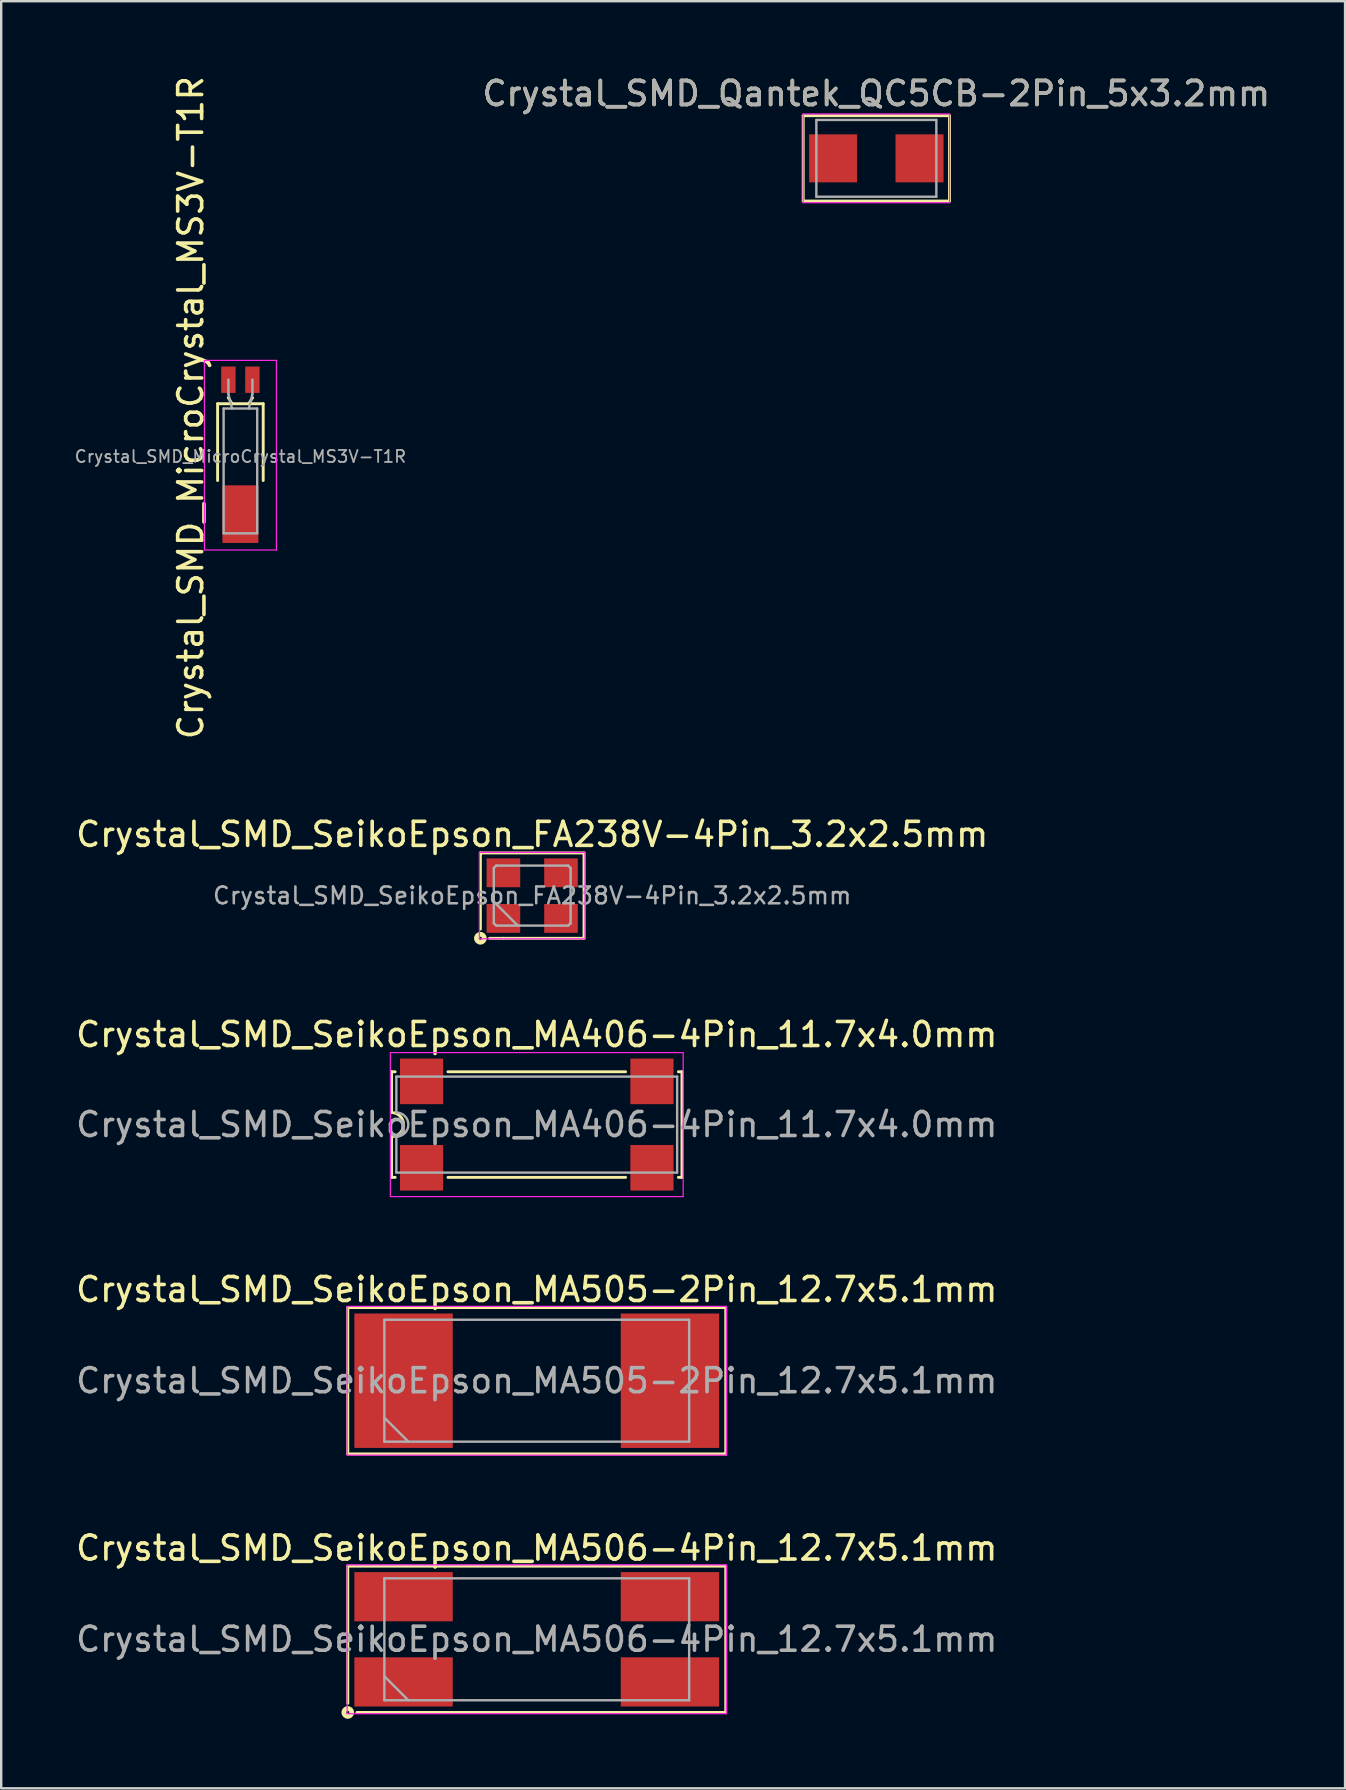
<source format=kicad_pcb>
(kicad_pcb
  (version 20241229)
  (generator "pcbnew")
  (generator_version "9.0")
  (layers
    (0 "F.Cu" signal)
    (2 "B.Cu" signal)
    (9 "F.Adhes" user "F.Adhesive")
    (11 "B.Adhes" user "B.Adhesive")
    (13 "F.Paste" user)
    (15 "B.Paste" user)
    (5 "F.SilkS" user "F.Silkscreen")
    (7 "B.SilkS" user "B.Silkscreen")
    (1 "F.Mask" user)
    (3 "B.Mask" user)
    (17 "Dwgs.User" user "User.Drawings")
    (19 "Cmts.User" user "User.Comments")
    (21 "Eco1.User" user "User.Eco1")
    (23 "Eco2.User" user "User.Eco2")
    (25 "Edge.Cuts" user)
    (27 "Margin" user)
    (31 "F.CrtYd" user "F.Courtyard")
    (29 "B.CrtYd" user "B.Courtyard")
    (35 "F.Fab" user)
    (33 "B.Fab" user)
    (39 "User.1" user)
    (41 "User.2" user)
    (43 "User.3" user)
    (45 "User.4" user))
  (footprint "Crystal_SMD_Qantek_QC5CB-2Pin_5x3.2mm"
    (layer "F.Cu")
    (at 33.464 3.548)
    (property "Reference" "Crystal_SMD_Qantek_QC5CB-2Pin_5x3.2mm" (at 0 -2.7 0) (layer "F.SilkS") (effects (font (size 1 1) (thickness 0.15))))
    (attr smd)
    (fp_line (start -3.048 -1.778) (end -3.048 1.778) (stroke (width 0.12) (type solid)) (layer "F.SilkS"))
    (fp_line (start -3.048 1.778) (end 3.048 1.778) (stroke (width 0.12) (type solid)) (layer "F.SilkS"))
    (fp_line (start 3.048 -1.778) (end -3.048 -1.778) (stroke (width 0.12) (type solid)) (layer "F.SilkS"))
    (fp_line (start 3.048 1.778) (end 3.048 -1.778) (stroke (width 0.12) (type solid)) (layer "F.SilkS"))
    (fp_line (start -3.05 -1.85) (end -3.05 1.85) (stroke (width 0.05) (type solid)) (layer "F.CrtYd"))
    (fp_line (start -3.05 -1.85) (end 3.05 -1.85) (stroke (width 0.05) (type solid)) (layer "F.CrtYd"))
    (fp_line (start -3.05 1.85) (end 3.05 1.85) (stroke (width 0.05) (type solid)) (layer "F.CrtYd"))
    (fp_line (start 3.05 -1.85) (end 3.05 1.85) (stroke (width 0.05) (type solid)) (layer "F.CrtYd"))
    (fp_line (start -2.5 -1.6) (end -2.5 1.6) (stroke (width 0.1) (type solid)) (layer "F.Fab"))
    (fp_line (start -2.5 -1.6) (end 2.5 -1.6) (stroke (width 0.1) (type solid)) (layer "F.Fab"))
    (fp_line (start -2.5 1.6) (end 2.5 1.6) (stroke (width 0.1) (type solid)) (layer "F.Fab"))
    (fp_line (start 2.5 -1.6) (end 2.5 1.6) (stroke (width 0.1) (type solid)) (layer "F.Fab"))
    (fp_text user "${REFERENCE}" (at 0 -2.7 0) (layer "F.Fab") (effects (font (size 1 1) (thickness 0.15))))
    (pad "1" smd rect (at -1.8 0) (size 2 2) (layers "F.Cu" "F.Mask" "F.Paste"))
    (pad "2" smd rect (at 1.8 0) (size 2 2) (layers "F.Cu" "F.Mask" "F.Paste")))
  (footprint "Crystal_SMD_SeikoEpson_MA406-4Pin_11.7x4.0mm"
    (layer "F.Cu")
    (at 19.315 43.807)
    (property "Reference" "Crystal_SMD_SeikoEpson_MA406-4Pin_11.7x4.0mm" (at 0 -3.75 0) (layer "F.SilkS") (effects (font (size 1 1) (thickness 0.15))))
    (attr smd)
    (fp_line (start -6.05 -2.2) (end -5.9 -2.2) (stroke (width 0.12) (type solid)) (layer "F.SilkS"))
    (fp_line (start -6.05 -0.5) (end -6.05 -2.2) (stroke (width 0.12) (type solid)) (layer "F.SilkS"))
    (fp_line (start -6.05 2.2) (end -6.05 0.5) (stroke (width 0.12) (type solid)) (layer "F.SilkS"))
    (fp_line (start -6.05 2.2) (end -5.9 2.2) (stroke (width 0.12) (type solid)) (layer "F.SilkS"))
    (fp_line (start -3.7 -2.2) (end 3.7 -2.2) (stroke (width 0.12) (type solid)) (layer "F.SilkS"))
    (fp_line (start 3.7 2.2) (end -3.7 2.2) (stroke (width 0.12) (type solid)) (layer "F.SilkS"))
    (fp_line (start 5.9 -2.2) (end 6.05 -2.2) (stroke (width 0.12) (type solid)) (layer "F.SilkS"))
    (fp_line (start 6.05 -2.2) (end 6.05 2.2) (stroke (width 0.12) (type solid)) (layer "F.SilkS"))
    (fp_line (start 6.05 2.2) (end 5.9 2.2) (stroke (width 0.12) (type solid)) (layer "F.SilkS"))
    (fp_arc (start -6.05 -0.5) (mid -5.55 0) (end -6.05 0.5) (stroke (width 0.12) (type solid)) (layer "F.SilkS"))
    (fp_line (start -6.1 -3) (end -6.1 3) (stroke (width 0.05) (type solid)) (layer "F.CrtYd"))
    (fp_line (start -6.1 3) (end 6.1 3) (stroke (width 0.05) (type solid)) (layer "F.CrtYd"))
    (fp_line (start 6.1 -3) (end -6.1 -3) (stroke (width 0.05) (type solid)) (layer "F.CrtYd"))
    (fp_line (start 6.1 3) (end 6.1 -3) (stroke (width 0.05) (type solid)) (layer "F.CrtYd"))
    (fp_line (start -5.85 -2) (end 5.85 -2) (stroke (width 0.1) (type solid)) (layer "F.Fab"))
    (fp_line (start -5.85 -0.5) (end -5.85 -2) (stroke (width 0.1) (type solid)) (layer "F.Fab"))
    (fp_line (start -5.85 2) (end -5.85 0.5) (stroke (width 0.1) (type solid)) (layer "F.Fab"))
    (fp_line (start 5.85 -2) (end 5.85 2) (stroke (width 0.1) (type solid)) (layer "F.Fab"))
    (fp_line (start 5.85 2) (end -5.85 2) (stroke (width 0.1) (type solid)) (layer "F.Fab"))
    (fp_arc (start -5.85 -0.5) (mid -5.35 0) (end -5.85 0.5) (stroke (width 0.1) (type solid)) (layer "F.Fab"))
    (fp_text user "${REFERENCE}" (at 0 0 0) (layer "F.Fab") (effects (font (size 1 1) (thickness 0.15))))
    (pad "1" smd rect (at -4.8 1.8) (size 1.8 1.9) (layers "F.Cu" "F.Mask" "F.Paste"))
    (pad "2" smd rect (at 4.8 1.8) (size 1.8 1.9) (layers "F.Cu" "F.Mask" "F.Paste"))
    (pad "3" smd rect (at 4.8 -1.8) (size 1.8 1.9) (layers "F.Cu" "F.Mask" "F.Paste"))
    (pad "4" smd rect (at -4.8 -1.8) (size 1.8 1.9) (layers "F.Cu" "F.Mask" "F.Paste")))
  (footprint "Crystal_SMD_MicroCrystal_MS3V-T1R"
    (layer "F.Cu")
    (at 6.967 15.897)
    (property "Reference" "Crystal_SMD_MicroCrystal_MS3V-T1R" (at -2.07 -1.962 90) (layer "F.SilkS") (effects (font (size 1 1) (thickness 0.15))))
    (attr smd)
    (fp_line (start -0.95 -2.125) (end 0.95 -2.125) (stroke (width 0.12) (type solid)) (layer "F.SilkS"))
    (fp_line (start -0.95 1.075) (end -0.95 -2.125) (stroke (width 0.12) (type solid)) (layer "F.SilkS"))
    (fp_line (start -0.5 -2.375) (end -0.5 -2.375) (stroke (width 0.12) (type solid)) (layer "F.SilkS"))
    (fp_line (start -0.35 -2.125) (end -0.5 -2.375) (stroke (width 0.12) (type solid)) (layer "F.SilkS"))
    (fp_line (start 0.35 -2.125) (end 0.5 -2.375) (stroke (width 0.12) (type solid)) (layer "F.SilkS"))
    (fp_line (start 0.5 -2.375) (end 0.5 -2.375) (stroke (width 0.12) (type solid)) (layer "F.SilkS"))
    (fp_line (start 0.95 -2.125) (end 0.95 1.075) (stroke (width 0.12) (type solid)) (layer "F.SilkS"))
    (fp_line (start -1.5 -3.93) (end -1.5 3.97) (stroke (width 0.05) (type solid)) (layer "F.CrtYd"))
    (fp_line (start -1.5 3.97) (end 1.5 3.97) (stroke (width 0.05) (type solid)) (layer "F.CrtYd"))
    (fp_line (start 1.5 -3.93) (end -1.5 -3.93) (stroke (width 0.05) (type solid)) (layer "F.CrtYd"))
    (fp_line (start 1.5 3.97) (end 1.5 -3.93) (stroke (width 0.05) (type solid)) (layer "F.CrtYd"))
    (fp_line (start -0.7 -1.925) (end -0.7 3.275) (stroke (width 0.1) (type solid)) (layer "F.Fab"))
    (fp_line (start -0.7 3.275) (end 0.7 3.275) (stroke (width 0.1) (type solid)) (layer "F.Fab"))
    (fp_line (start -0.5 -2.525) (end -0.5 -3.125) (stroke (width 0.1) (type solid)) (layer "F.Fab"))
    (fp_line (start -0.35 -1.925) (end -0.5 -2.525) (stroke (width 0.1) (type solid)) (layer "F.Fab"))
    (fp_line (start 0.35 -1.925) (end 0.5 -2.525) (stroke (width 0.1) (type solid)) (layer "F.Fab"))
    (fp_line (start 0.5 -2.525) (end 0.5 -3.125) (stroke (width 0.1) (type solid)) (layer "F.Fab"))
    (fp_line (start 0.7 -1.925) (end -0.7 -1.925) (stroke (width 0.1) (type solid)) (layer "F.Fab"))
    (fp_line (start 0.7 3.275) (end 0.7 -1.925) (stroke (width 0.1) (type solid)) (layer "F.Fab"))
    (fp_text user "${REFERENCE}" (at 0 0.075 0) (layer "F.Fab") (effects (font (size 0.5 0.5) (thickness 0.075))))
    (pad "1" smd rect (at -0.5 -3.125) (size 0.6 1.1) (layers "F.Cu" "F.Mask" "F.Paste"))
    (pad "2" smd rect (at 0.5 -3.125) (size 0.6 1.1) (layers "F.Cu" "F.Mask" "F.Paste"))
    (pad "3" smd rect (at 0 2.475) (size 1.5 2.4) (layers "F.Cu" "F.Mask" "F.Paste")))
  (footprint "Crystal_SMD_SeikoEpson_FA238V-4Pin_3.2x2.5mm"
    (layer "F.Cu")
    (at 19.125 34.267)
    (property "Reference" "Crystal_SMD_SeikoEpson_FA238V-4Pin_3.2x2.5mm" (at 0 -2.55 0) (layer "F.SilkS") (effects (font (size 1 1) (thickness 0.15))))
    (attr smd)
    (fp_line (start -2.159 -1.778) (end 2.159 -1.778) (stroke (width 0.12) (type solid)) (layer "F.SilkS"))
    (fp_line (start -2.159 -1.714) (end -2.159 -1.778) (stroke (width 0.12) (type solid)) (layer "F.SilkS"))
    (fp_line (start -2.159 1.397) (end -2.159 -1.714) (stroke (width 0.12) (type solid)) (layer "F.SilkS"))
    (fp_line (start -1.778 1.778) (end -1.206 1.778) (stroke (width 0.12) (type solid)) (layer "F.SilkS"))
    (fp_line (start 2.159 -1.778) (end 2.159 1.778) (stroke (width 0.12) (type solid)) (layer "F.SilkS"))
    (fp_line (start 2.159 1.778) (end -1.206 1.778) (stroke (width 0.12) (type solid)) (layer "F.SilkS"))
    (fp_circle (center -2.159 1.778) (end -2.095 1.778) (stroke (width 0.2) (type solid)) (fill no) (layer "F.SilkS"))
    (fp_line (start -2.2 -1.8) (end -2.2 1.8) (stroke (width 0.05) (type solid)) (layer "F.CrtYd"))
    (fp_line (start -2.2 1.8) (end 2.2 1.8) (stroke (width 0.05) (type solid)) (layer "F.CrtYd"))
    (fp_line (start 2.2 -1.8) (end -2.2 -1.8) (stroke (width 0.05) (type solid)) (layer "F.CrtYd"))
    (fp_line (start 2.2 1.8) (end 2.2 -1.8) (stroke (width 0.05) (type solid)) (layer "F.CrtYd"))
    (fp_line (start -1.6 -1.15) (end -1.5 -1.25) (stroke (width 0.1) (type solid)) (layer "F.Fab"))
    (fp_line (start -1.6 0.25) (end -0.6 1.25) (stroke (width 0.1) (type solid)) (layer "F.Fab"))
    (fp_line (start -1.6 1.15) (end -1.6 -1.15) (stroke (width 0.1) (type solid)) (layer "F.Fab"))
    (fp_line (start -1.5 -1.25) (end 1.5 -1.25) (stroke (width 0.1) (type solid)) (layer "F.Fab"))
    (fp_line (start -1.5 1.25) (end -1.6 1.15) (stroke (width 0.1) (type solid)) (layer "F.Fab"))
    (fp_line (start 1.5 -1.25) (end 1.6 -1.15) (stroke (width 0.1) (type solid)) (layer "F.Fab"))
    (fp_line (start 1.5 1.25) (end -1.5 1.25) (stroke (width 0.1) (type solid)) (layer "F.Fab"))
    (fp_line (start 1.6 -1.15) (end 1.6 1.15) (stroke (width 0.1) (type solid)) (layer "F.Fab"))
    (fp_line (start 1.6 1.15) (end 1.5 1.25) (stroke (width 0.1) (type solid)) (layer "F.Fab"))
    (fp_text user "${REFERENCE}" (at 0 0 0) (layer "F.Fab") (effects (font (size 0.7 0.7) (thickness 0.105))))
    (pad "1" smd rect (at -1.2 0.95) (size 1.4 1.2) (layers "F.Cu" "F.Mask" "F.Paste"))
    (pad "2" smd rect (at 1.2 0.95) (size 1.4 1.2) (layers "F.Cu" "F.Mask" "F.Paste"))
    (pad "3" smd rect (at 1.2 -0.95) (size 1.4 1.2) (layers "F.Cu" "F.Mask" "F.Paste"))
    (pad "4" smd rect (at -1.2 -0.95) (size 1.4 1.2) (layers "F.Cu" "F.Mask" "F.Paste")))
  (footprint "Crystal_SMD_SeikoEpson_MA505-2Pin_12.7x5.1mm"
    (layer "F.Cu")
    (at 19.315 54.48)
    (property "Reference" "Crystal_SMD_SeikoEpson_MA505-2Pin_12.7x5.1mm" (at 0 -3.8 0) (layer "F.SilkS") (effects (font (size 1 1) (thickness 0.15))))
    (attr smd)
    (fp_line (start -7.874 -3.048) (end -7.874 3.048) (stroke (width 0.12) (type solid)) (layer "F.SilkS"))
    (fp_line (start -7.874 3.048) (end 7.811 3.048) (stroke (width 0.12) (type solid)) (layer "F.SilkS"))
    (fp_line (start 7.811 3.048) (end 7.874 3.048) (stroke (width 0.12) (type solid)) (layer "F.SilkS"))
    (fp_line (start 7.874 -3.048) (end -7.874 -3.048) (stroke (width 0.12) (type solid)) (layer "F.SilkS"))
    (fp_line (start 7.874 3.048) (end 7.874 -3.048) (stroke (width 0.12) (type solid)) (layer "F.SilkS"))
    (fp_line (start -7.9 -3.1) (end -7.9 3.1) (stroke (width 0.05) (type solid)) (layer "F.CrtYd"))
    (fp_line (start -7.9 3.1) (end 7.9 3.1) (stroke (width 0.05) (type solid)) (layer "F.CrtYd"))
    (fp_line (start 7.9 -3.1) (end -7.9 -3.1) (stroke (width 0.05) (type solid)) (layer "F.CrtYd"))
    (fp_line (start 7.9 3.1) (end 7.9 -3.1) (stroke (width 0.05) (type solid)) (layer "F.CrtYd"))
    (fp_line (start -6.35 -2.54) (end -6.35 2.54) (stroke (width 0.1) (type solid)) (layer "F.Fab"))
    (fp_line (start -6.35 1.54) (end -5.35 2.54) (stroke (width 0.1) (type solid)) (layer "F.Fab"))
    (fp_line (start -6.35 2.54) (end 6.35 2.54) (stroke (width 0.1) (type solid)) (layer "F.Fab"))
    (fp_line (start 6.35 -2.54) (end -6.35 -2.54) (stroke (width 0.1) (type solid)) (layer "F.Fab"))
    (fp_line (start 6.35 2.54) (end 6.35 -2.54) (stroke (width 0.1) (type solid)) (layer "F.Fab"))
    (fp_text user "${REFERENCE}" (at 0 0 0) (layer "F.Fab") (effects (font (size 1 1) (thickness 0.15))))
    (pad "1" smd rect (at -5.55 0) (size 4.1 5.6) (layers "F.Cu" "F.Mask" "F.Paste"))
    (pad "2" smd rect (at 5.55 0) (size 4.1 5.6) (layers "F.Cu" "F.Mask" "F.Paste")))
  (footprint "Crystal_SMD_SeikoEpson_MA506-4Pin_12.7x5.1mm"
    (layer "F.Cu")
    (at 19.315 65.254)
    (property "Reference" "Crystal_SMD_SeikoEpson_MA506-4Pin_12.7x5.1mm" (at 0 -3.8 0) (layer "F.SilkS") (effects (font (size 1 1) (thickness 0.15))))
    (attr smd)
    (fp_line (start -7.874 -3.048) (end 7.874 -3.048) (stroke (width 0.12) (type solid)) (layer "F.SilkS"))
    (fp_line (start -7.874 2.667) (end -7.874 -3.048) (stroke (width 0.12) (type solid)) (layer "F.SilkS"))
    (fp_line (start 7.874 -3.048) (end 7.874 3.048) (stroke (width 0.12) (type solid)) (layer "F.SilkS"))
    (fp_line (start 7.874 3.048) (end -7.493 3.048) (stroke (width 0.12) (type solid)) (layer "F.SilkS"))
    (fp_circle (center -7.874 3.048) (end -7.811 3.048) (stroke (width 0.2) (type solid)) (fill no) (layer "F.SilkS"))
    (fp_line (start -7.9 -3.1) (end -7.9 3.1) (stroke (width 0.05) (type solid)) (layer "F.CrtYd"))
    (fp_line (start -7.9 3.1) (end 7.9 3.1) (stroke (width 0.05) (type solid)) (layer "F.CrtYd"))
    (fp_line (start 7.9 -3.1) (end -7.9 -3.1) (stroke (width 0.05) (type solid)) (layer "F.CrtYd"))
    (fp_line (start 7.9 3.1) (end 7.9 -3.1) (stroke (width 0.05) (type solid)) (layer "F.CrtYd"))
    (fp_line (start -6.35 -2.54) (end -6.35 2.54) (stroke (width 0.1) (type solid)) (layer "F.Fab"))
    (fp_line (start -6.35 1.54) (end -5.35 2.54) (stroke (width 0.1) (type solid)) (layer "F.Fab"))
    (fp_line (start -6.35 2.54) (end 6.35 2.54) (stroke (width 0.1) (type solid)) (layer "F.Fab"))
    (fp_line (start 6.35 -2.54) (end -6.35 -2.54) (stroke (width 0.1) (type solid)) (layer "F.Fab"))
    (fp_line (start 6.35 2.54) (end 6.35 -2.54) (stroke (width 0.1) (type solid)) (layer "F.Fab"))
    (fp_text user "${REFERENCE}" (at 0 0 0) (layer "F.Fab") (effects (font (size 1 1) (thickness 0.15))))
    (pad "1" smd rect (at -5.55 1.775) (size 4.1 2.05) (layers "F.Cu" "F.Mask" "F.Paste"))
    (pad "2" smd rect (at 5.55 1.775) (size 4.1 2.05) (layers "F.Cu" "F.Mask" "F.Paste"))
    (pad "3" smd rect (at 5.55 -1.775) (size 4.1 2.05) (layers "F.Cu" "F.Mask" "F.Paste"))
    (pad "4" smd rect (at -5.55 -1.775) (size 4.1 2.05) (layers "F.Cu" "F.Mask" "F.Paste")))
  (gr_rect
    (start -3 -3)
    (end 52.994 71.465)
    (stroke (width 0.1) (type default))
    (fill no)
    (layer "Edge.Cuts")))
</source>
